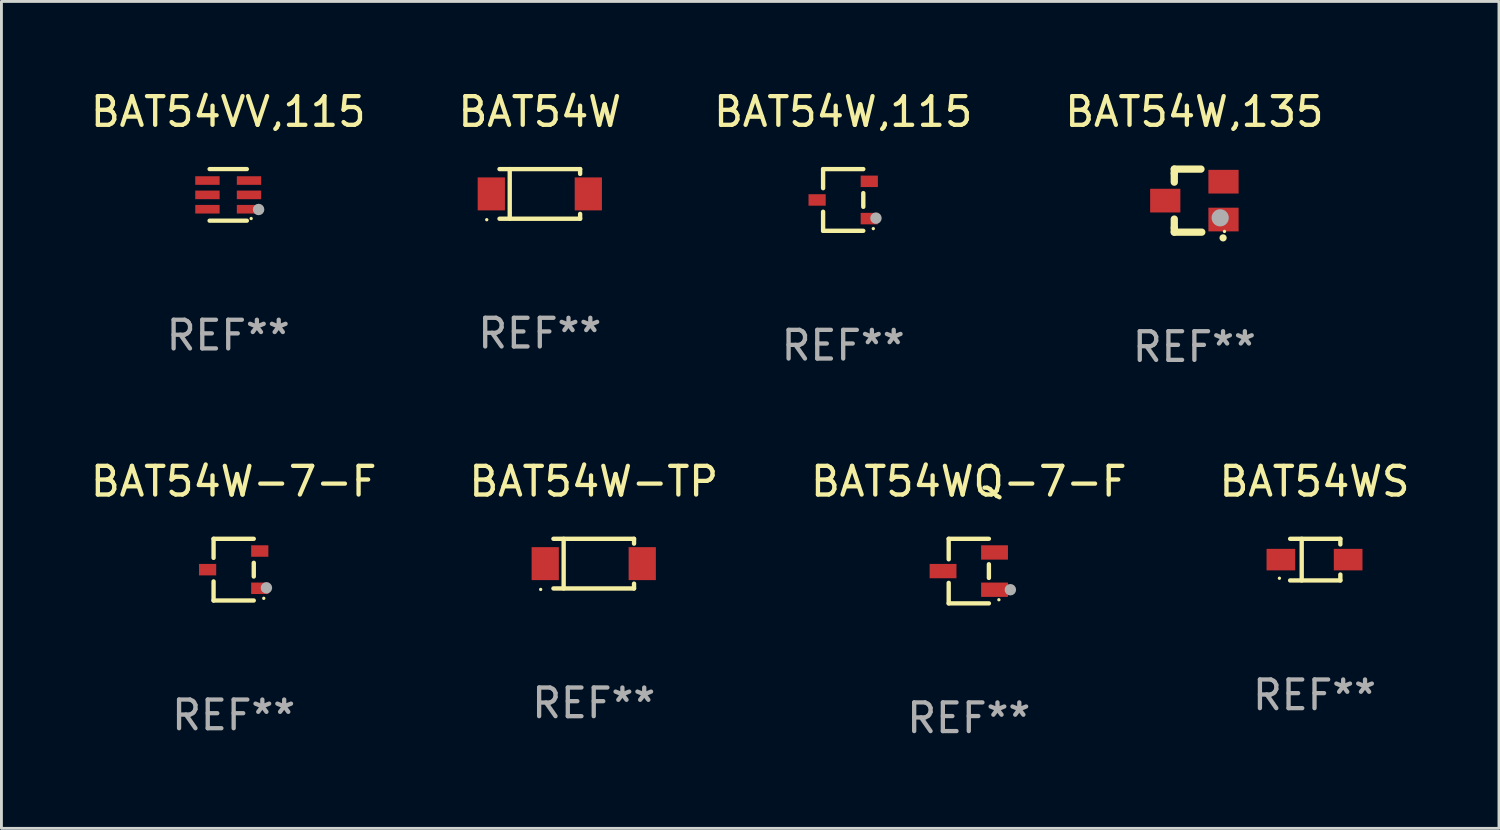
<source format=kicad_pcb>
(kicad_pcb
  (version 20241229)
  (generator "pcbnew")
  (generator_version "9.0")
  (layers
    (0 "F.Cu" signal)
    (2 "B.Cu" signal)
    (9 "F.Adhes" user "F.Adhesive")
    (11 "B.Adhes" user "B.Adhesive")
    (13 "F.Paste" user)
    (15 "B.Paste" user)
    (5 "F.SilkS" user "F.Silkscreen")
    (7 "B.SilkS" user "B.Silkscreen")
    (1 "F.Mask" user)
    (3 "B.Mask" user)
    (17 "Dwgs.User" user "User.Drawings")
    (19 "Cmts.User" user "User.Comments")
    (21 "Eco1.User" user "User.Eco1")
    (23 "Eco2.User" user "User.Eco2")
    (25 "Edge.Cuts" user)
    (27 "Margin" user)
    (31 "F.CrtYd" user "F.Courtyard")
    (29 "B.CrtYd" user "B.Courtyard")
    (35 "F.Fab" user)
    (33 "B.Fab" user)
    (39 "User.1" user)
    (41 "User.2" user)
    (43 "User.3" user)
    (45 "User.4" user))
  (footprint "BAT54W,115"
    (layer "F.Cu")
    (at 26.363 3.925)
    (property "Reference" "BAT54W,115" (at 0 -3.076 0) (layer "F.SilkS") (effects (font (size 1 1) (thickness 0.15))))
    (attr through_hole)
    (fp_line (start -0.701 -1.076) (end -0.701 -0.411) (stroke (width 0.152) (type solid)) (layer "F.SilkS"))
    (fp_line (start -0.701 1.076) (end -0.701 0.411) (stroke (width 0.152) (type solid)) (layer "F.SilkS"))
    (fp_line (start 0.701 -1.076) (end -0.701 -1.076) (stroke (width 0.152) (type solid)) (layer "F.SilkS"))
    (fp_line (start 0.701 -0.239) (end 0.701 0.239) (stroke (width 0.152) (type solid)) (layer "F.SilkS"))
    (fp_line (start 0.701 1.076) (end -0.701 1.076) (stroke (width 0.152) (type solid)) (layer "F.SilkS"))
    (fp_circle (center 1.05 1) (end 1.08 1) (stroke (width 0.06) (type solid)) (fill no) (layer "F.SilkS"))
    (fp_circle (center 1.143 0.635) (end 1.243 0.635) (stroke (width 0.2) (type solid)) (fill no) (layer "F.Fab"))
    (fp_text user "REF**" (at 0 5.076 0) (layer "F.Fab") (effects (font (size 1 1) (thickness 0.15))))
    (pad "1" smd rect (at 0.91 0.65) (size 0.6 0.4) (layers "F.Cu" "F.Mask" "F.Paste"))
    (pad "2" smd rect (at 0.91 -0.65) (size 0.6 0.4) (layers "F.Cu" "F.Mask" "F.Paste"))
    (pad "3" smd rect (at -0.91 0) (size 0.6 0.4) (layers "F.Cu" "F.Mask" "F.Paste")))
  (footprint "BAT54W-TP"
    (layer "F.Cu")
    (at 17.661 16.611)
    (property "Reference" "BAT54W-TP" (at 0 -2.866 0) (layer "F.SilkS") (effects (font (size 1 1) (thickness 0.15))))
    (attr through_hole)
    (fp_line (start -1.406 -0.866) (end 1.406 -0.866) (stroke (width 0.152) (type solid)) (layer "F.SilkS"))
    (fp_line (start -1.406 0.866) (end 1.406 0.866) (stroke (width 0.152) (type solid)) (layer "F.SilkS"))
    (fp_line (start -1.049 -0.866) (end -1.049 0.866) (stroke (width 0.152) (type solid)) (layer "F.SilkS"))
    (fp_line (start 1.406 -0.866) (end 1.406 -0.698) (stroke (width 0.152) (type solid)) (layer "F.SilkS"))
    (fp_line (start 1.406 0.866) (end 1.406 0.698) (stroke (width 0.152) (type solid)) (layer "F.SilkS"))
    (fp_circle (center -1.851 0.9) (end -1.821 0.9) (stroke (width 0.06) (type solid)) (fill no) (layer "F.SilkS"))
    (fp_text user "REF**" (at 0 4.866 0) (layer "F.Fab") (effects (font (size 1 1) (thickness 0.15))))
    (pad "1" smd rect (at -1.692 0) (size 0.95 1.15) (layers "F.Cu" "F.Mask" "F.Paste"))
    (pad "2" smd rect (at 1.692 0) (size 0.95 1.15) (layers "F.Cu" "F.Mask" "F.Paste")))
  (footprint "BAT54W,135"
    (layer "F.Cu")
    (at 38.613 3.948)
    (property "Reference" "BAT54W,135" (at 0 -3.1 0) (layer "F.SilkS") (effects (font (size 1 1) (thickness 0.15))))
    (attr through_hole)
    (fp_line (start -0.701 -0.95) (end -0.701 -1.1) (stroke (width 0.254) (type solid)) (layer "F.SilkS"))
    (fp_line (start -0.701 -0.644) (end -0.701 -0.95) (stroke (width 0.254) (type solid)) (layer "F.SilkS"))
    (fp_line (start -0.701 0.95) (end -0.701 0.644) (stroke (width 0.254) (type solid)) (layer "F.SilkS"))
    (fp_line (start -0.701 0.95) (end -0.701 1.1) (stroke (width 0.254) (type solid)) (layer "F.SilkS"))
    (fp_line (start -0.7 -1.1) (end 0.23 -1.1) (stroke (width 0.254) (type solid)) (layer "F.SilkS"))
    (fp_line (start -0.7 1.1) (end 0.258 1.1) (stroke (width 0.254) (type solid)) (layer "F.SilkS"))
    (fp_arc (start 1 1.3) (mid 1.00127 1.299994) (end 1.00254 1.3) (stroke (width 0.24892) (type solid)) (layer "F.SilkS"))
    (fp_circle (center 1.05 1.075) (end 1.08 1.075) (stroke (width 0.06) (type solid)) (fill no) (layer "F.SilkS"))
    (fp_circle (center 0.9 0.6) (end 1.05 0.6) (stroke (width 0.3) (type solid)) (fill no) (layer "F.Fab"))
    (fp_text user "REF**" (at 0 5.1 0) (layer "F.Fab") (effects (font (size 1 1) (thickness 0.15))))
    (pad "1" smd rect (at 1.016 0.66) (size 1.054 0.826) (layers "F.Cu" "F.Mask" "F.Paste"))
    (pad "2" smd rect (at 1.016 -0.66) (size 1.054 0.826) (layers "F.Cu" "F.Mask" "F.Paste"))
    (pad "3" smd rect (at -1.016 0) (size 1.054 0.826) (layers "F.Cu" "F.Mask" "F.Paste")))
  (footprint "BAT54W"
    (layer "F.Cu")
    (at 15.78 3.714)
    (property "Reference" "BAT54W" (at 0 -2.866 0) (layer "F.SilkS") (effects (font (size 1 1) (thickness 0.15))))
    (attr through_hole)
    (fp_line (start -1.406 -0.866) (end 1.406 -0.866) (stroke (width 0.152) (type solid)) (layer "F.SilkS"))
    (fp_line (start -1.406 0.866) (end 1.406 0.866) (stroke (width 0.152) (type solid)) (layer "F.SilkS"))
    (fp_line (start -1.049 -0.866) (end -1.049 0.866) (stroke (width 0.152) (type solid)) (layer "F.SilkS"))
    (fp_line (start 1.406 -0.866) (end 1.406 -0.698) (stroke (width 0.152) (type solid)) (layer "F.SilkS"))
    (fp_line (start 1.406 0.866) (end 1.406 0.698) (stroke (width 0.152) (type solid)) (layer "F.SilkS"))
    (fp_circle (center -1.851 0.9) (end -1.821 0.9) (stroke (width 0.06) (type solid)) (fill no) (layer "F.SilkS"))
    (fp_text user "REF**" (at 0 4.866 0) (layer "F.Fab") (effects (font (size 1 1) (thickness 0.15))))
    (pad "1" smd rect (at -1.692 0) (size 0.95 1.15) (layers "F.Cu" "F.Mask" "F.Paste"))
    (pad "2" smd rect (at 1.692 0) (size 0.95 1.15) (layers "F.Cu" "F.Mask" "F.Paste")))
  (footprint "BAT54WS"
    (layer "F.Cu")
    (at 42.804 16.471)
    (property "Reference" "BAT54WS" (at 0 -2.726 0) (layer "F.SilkS") (effects (font (size 1 1) (thickness 0.15))))
    (attr through_hole)
    (fp_line (start -0.851 -0.726) (end 0.901 -0.726) (stroke (width 0.152) (type solid)) (layer "F.SilkS"))
    (fp_line (start -0.851 0.726) (end 0.901 0.726) (stroke (width 0.152) (type solid)) (layer "F.SilkS"))
    (fp_line (start -0.447 -0.726) (end -0.447 0.726) (stroke (width 0.152) (type solid)) (layer "F.SilkS"))
    (fp_line (start 0.901 -0.726) (end 0.901 -0.53) (stroke (width 0.152) (type solid)) (layer "F.SilkS"))
    (fp_line (start 0.901 0.726) (end 0.901 0.52) (stroke (width 0.152) (type solid)) (layer "F.SilkS"))
    (fp_circle (center -1.225 0.65) (end -1.195 0.65) (stroke (width 0.06) (type solid)) (fill no) (layer "F.SilkS"))
    (fp_text user "REF**" (at 0 4.726 0) (layer "F.Fab") (effects (font (size 1 1) (thickness 0.15))))
    (pad "1" smd rect (at -1.173 0) (size 1 0.75) (layers "F.Cu" "F.Mask" "F.Paste"))
    (pad "2" smd rect (at 1.173 0) (size 1 0.75) (layers "F.Cu" "F.Mask" "F.Paste")))
  (footprint "BAT54W-7-F"
    (layer "F.Cu")
    (at 5.101 16.821)
    (property "Reference" "BAT54W-7-F" (at 0 -3.076 0) (layer "F.SilkS") (effects (font (size 1 1) (thickness 0.15))))
    (attr through_hole)
    (fp_line (start -0.701 -1.076) (end -0.701 -0.411) (stroke (width 0.152) (type solid)) (layer "F.SilkS"))
    (fp_line (start -0.701 1.076) (end -0.701 0.411) (stroke (width 0.152) (type solid)) (layer "F.SilkS"))
    (fp_line (start 0.701 -1.076) (end -0.701 -1.076) (stroke (width 0.152) (type solid)) (layer "F.SilkS"))
    (fp_line (start 0.701 -0.239) (end 0.701 0.239) (stroke (width 0.152) (type solid)) (layer "F.SilkS"))
    (fp_line (start 0.701 1.076) (end -0.701 1.076) (stroke (width 0.152) (type solid)) (layer "F.SilkS"))
    (fp_circle (center 1.05 1) (end 1.08 1) (stroke (width 0.06) (type solid)) (fill no) (layer "F.SilkS"))
    (fp_circle (center 1.143 0.635) (end 1.243 0.635) (stroke (width 0.2) (type solid)) (fill no) (layer "F.Fab"))
    (fp_text user "REF**" (at 0 5.076 0) (layer "F.Fab") (effects (font (size 1 1) (thickness 0.15))))
    (pad "1" smd rect (at 0.91 0.65) (size 0.6 0.4) (layers "F.Cu" "F.Mask" "F.Paste"))
    (pad "2" smd rect (at 0.91 -0.65) (size 0.6 0.4) (layers "F.Cu" "F.Mask" "F.Paste"))
    (pad "3" smd rect (at -0.91 0) (size 0.6 0.4) (layers "F.Cu" "F.Mask" "F.Paste")))
  (footprint "BAT54WQ-7-F"
    (layer "F.Cu")
    (at 30.744 16.871)
    (property "Reference" "BAT54WQ-7-F" (at 0 -3.126 0) (layer "F.SilkS") (effects (font (size 1 1) (thickness 0.15))))
    (attr through_hole)
    (fp_line (start -0.701 -1.126) (end -0.701 -0.411) (stroke (width 0.152) (type solid)) (layer "F.SilkS"))
    (fp_line (start -0.701 1.126) (end -0.701 0.411) (stroke (width 0.152) (type solid)) (layer "F.SilkS"))
    (fp_line (start 0.701 -1.126) (end -0.701 -1.126) (stroke (width 0.152) (type solid)) (layer "F.SilkS"))
    (fp_line (start 0.701 -0.239) (end 0.701 0.239) (stroke (width 0.152) (type solid)) (layer "F.SilkS"))
    (fp_line (start 0.701 1.126) (end -0.701 1.126) (stroke (width 0.152) (type solid)) (layer "F.SilkS"))
    (fp_circle (center 1.05 1) (end 1.08 1) (stroke (width 0.06) (type solid)) (fill no) (layer "F.SilkS"))
    (fp_circle (center 1.45 0.65) (end 1.55 0.65) (stroke (width 0.2) (type solid)) (fill no) (layer "F.Fab"))
    (fp_text user "REF**" (at 0 5.126 0) (layer "F.Fab") (effects (font (size 1 1) (thickness 0.15))))
    (pad "1" smd rect (at 0.898 0.65) (size 0.936 0.5) (layers "F.Cu" "F.Mask" "F.Paste"))
    (pad "2" smd rect (at 0.898 -0.65) (size 0.936 0.5) (layers "F.Cu" "F.Mask" "F.Paste"))
    (pad "3" smd rect (at -0.898 0) (size 0.936 0.5) (layers "F.Cu" "F.Mask" "F.Paste")))
  (footprint "BAT54VV,115"
    (layer "F.Cu")
    (at 4.911 3.748)
    (property "Reference" "BAT54VV,115" (at 0 -2.9 0) (layer "F.SilkS") (effects (font (size 1 1) (thickness 0.15))))
    (attr through_hole)
    (fp_line (start 0.65 -0.9) (end -0.65 -0.9) (stroke (width 0.15) (type solid)) (layer "F.SilkS"))
    (fp_line (start 0.65 0.9) (end -0.65 0.9) (stroke (width 0.15) (type solid)) (layer "F.SilkS"))
    (fp_circle (center 0.8 0.825) (end 0.83 0.825) (stroke (width 0.06) (type solid)) (fill no) (layer "F.SilkS"))
    (fp_circle (center 1.06 0.51) (end 1.16 0.51) (stroke (width 0.2) (type solid)) (fill no) (layer "F.Fab"))
    (fp_text user "REF**" (at 0 4.9 0) (layer "F.Fab") (effects (font (size 1 1) (thickness 0.15))))
    (pad "1" smd rect (at 0.725 0.5 90) (size 0.3 0.85) (layers "F.Cu" "F.Mask" "F.Paste"))
    (pad "2" smd rect (at 0.725 0.000102 90) (size 0.3 0.85) (layers "F.Cu" "F.Mask" "F.Paste"))
    (pad "3" smd rect (at 0.725 -0.5 90) (size 0.3 0.85) (layers "F.Cu" "F.Mask" "F.Paste"))
    (pad "4" smd rect (at -0.725 -0.5 90) (size 0.3 0.85) (layers "F.Cu" "F.Mask" "F.Paste"))
    (pad "5" smd rect (at -0.725 0.000102 90) (size 0.3 0.85) (layers "F.Cu" "F.Mask" "F.Paste"))
    (pad "6" smd rect (at -0.725 0.5 90) (size 0.3 0.85) (layers "F.Cu" "F.Mask" "F.Paste")))
  (gr_rect
    (start -3 -3)
    (end 49.238 25.845)
    (stroke (width 0.1) (type default))
    (fill no)
    (layer "Edge.Cuts")))
</source>
